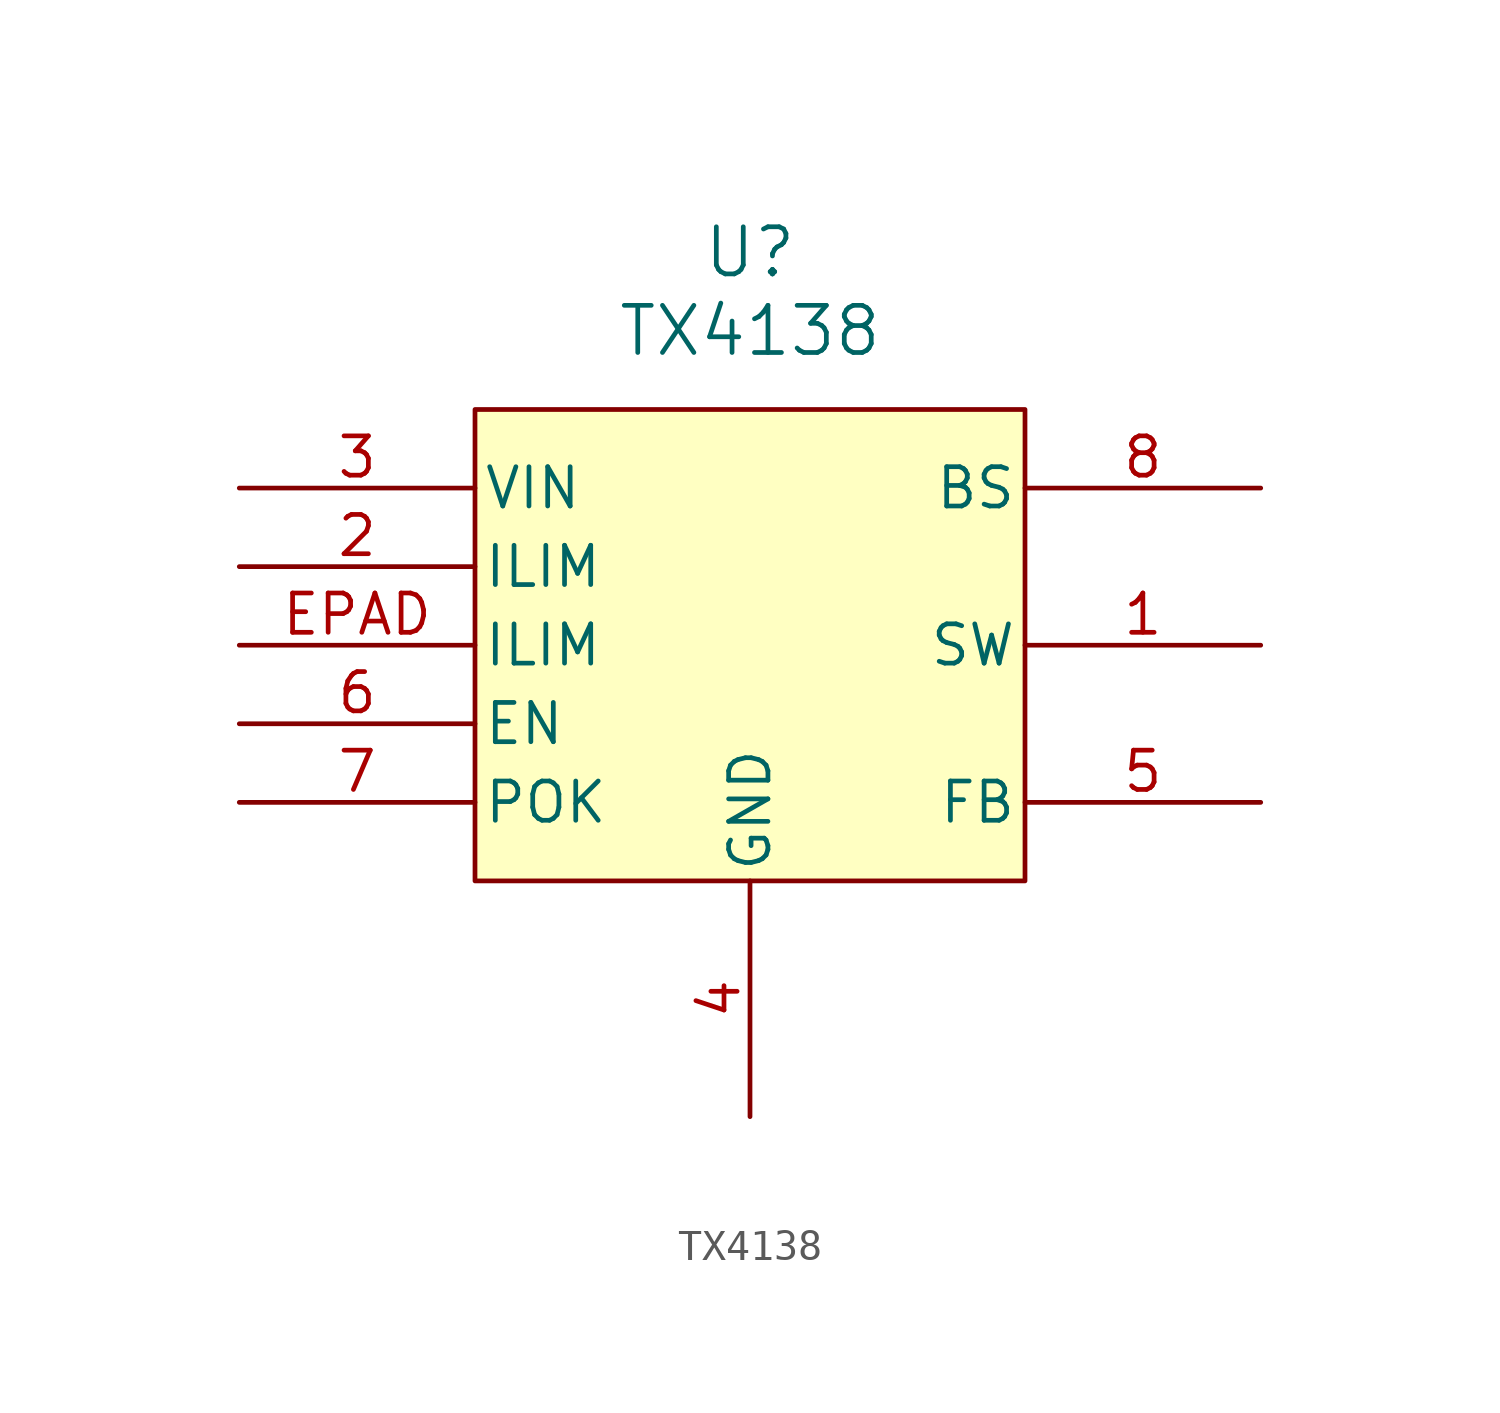
<source format=kicad_sym>
(kicad_symbol_lib
  (version 20220914)
  (generator kicad_symbol_editor)
  (symbol "TX4138"
    (pin_names
      (offset 0.254))
    (property "Reference" "U"
      (at 16.51 10.16 0)
      (effects (font (size 1.524 1.524))))
    (property "Value" "TX4138"
      (at 16.51 7.62 0)
      (effects (font (size 1.524 1.524))))
    (symbol "TX4138_0_1"
      (pin power_in line (at 0 2.54 0) (length 7.62) (name "VIN" (effects (font (size 1.27 1.27)))) (number "3" (effects (font (size 1.27 1.27)))))
      (pin input line (at 33.02 -7.62 180) (length 7.62) (name "FB" (effects (font (size 1.27 1.27)))) (number "5" (effects (font (size 1.27 1.27))))))
    (symbol "TX4138_1_1"
      (rectangle (start 7.62 5.08) (end 25.4 -10.16) (stroke (width 0) (type default)) (fill (type background)))
      (pin power_out line (at 33.02 -2.54 180) (length 7.62) (name "SW" (effects (font (size 1.27 1.27)))) (number "1" (effects (font (size 1.27 1.27)))))
      (pin passive line (at 0 0 0) (length 7.62) (name "ILIM" (effects (font (size 1.27 1.27)))) (number "2" (effects (font (size 1.27 1.27)))))
      (pin power_out line (at 16.51 -17.78 90) (length 7.62) (name "GND" (effects (font (size 1.27 1.27)))) (number "4" (effects (font (size 1.27 1.27)))))
      (pin input line (at 0 -5.08 0) (length 7.62) (name "EN" (effects (font (size 1.27 1.27)))) (number "6" (effects (font (size 1.27 1.27)))))
      (pin output line (at 0 -7.62 0) (length 7.62) (name "POK" (effects (font (size 1.27 1.27)))) (number "7" (effects (font (size 1.27 1.27)))))
      (pin input line (at 33.02 2.54 180) (length 7.62) (name "BS" (effects (font (size 1.27 1.27)))) (number "8" (effects (font (size 1.27 1.27)))))
      (pin passive line (at 0 -2.54 0) (length 7.62) (name "ILIM" (effects (font (size 1.27 1.27)))) (number "EPAD" (effects (font (size 1.27 1.27))))))))
</source>
